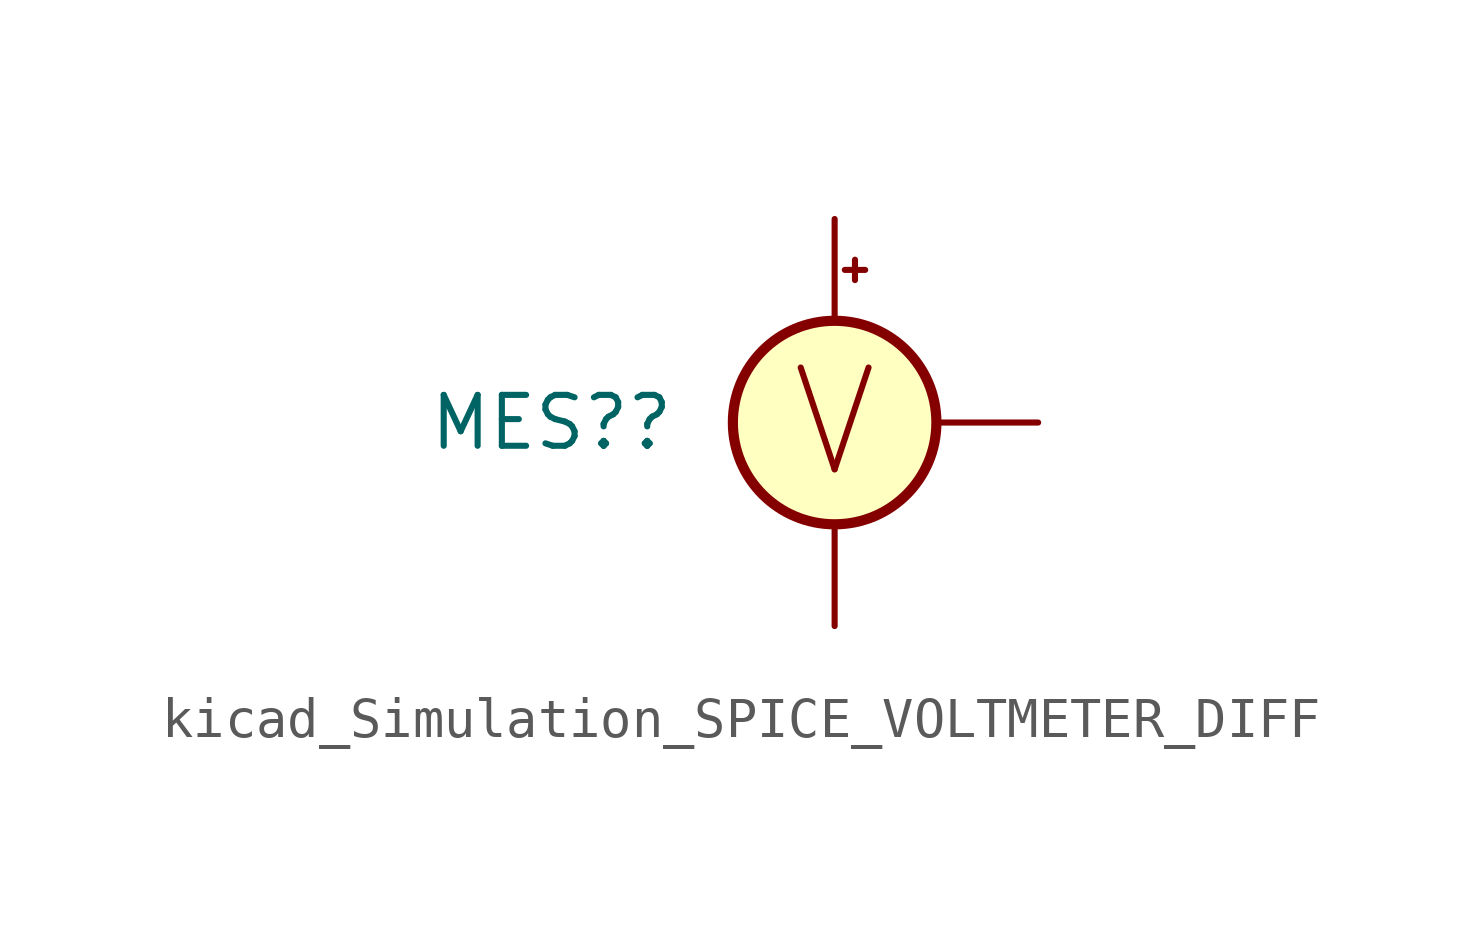
<source format=kicad_sym>
(kicad_symbol_lib
  (version 20220914)
  (generator kicad_symbol_editor)
  (symbol "kicad_Simulation_SPICE_VOLTMETER_DIFF"
    (pin_numbers hide)
    (pin_names
      (offset 0.025) hide)
    (property "Reference" "MES?"
      (at -10.16 0 0)
      (effects (font (size 1.27 1.27)) (justify left)))
    (symbol "kicad_Simulation_SPICE_VOLTMETER_DIFF_0_0"
      (text "V" (at 0 0 0) (effects (font (size 2.54 2.54)))))
    (symbol "kicad_Simulation_SPICE_VOLTMETER_DIFF_0_1"
      (polyline (pts (xy 0.254 3.81) (xy 0.762 3.81)) (stroke (width 0) (type default)) (fill (type none)))
      (polyline (pts (xy 0.508 4.064) (xy 0.508 3.556)) (stroke (width 0) (type default)) (fill (type none)))
      (circle (center 0 0) (radius 2.54) (stroke (width 0.254) (type default)) (fill (type background))))
    (symbol "kicad_Simulation_SPICE_VOLTMETER_DIFF_1_1"
      (pin passive line (at 0 5.08 270) (length 2.54) (name "+" (effects (font (size 1.27 1.27)))) (number "1" (effects (font (size 1.27 1.27)))))
      (pin passive line (at 0 -5.08 90) (length 2.54) (name "-" (effects (font (size 1.27 1.27)))) (number "2" (effects (font (size 1.27 1.27)))))
      (pin output line (at 5.08 0 180) (length 2.54) (name "out" (effects (font (size 1.27 1.27)))) (number "3" (effects (font (size 1.27 1.27))))))))
</source>
